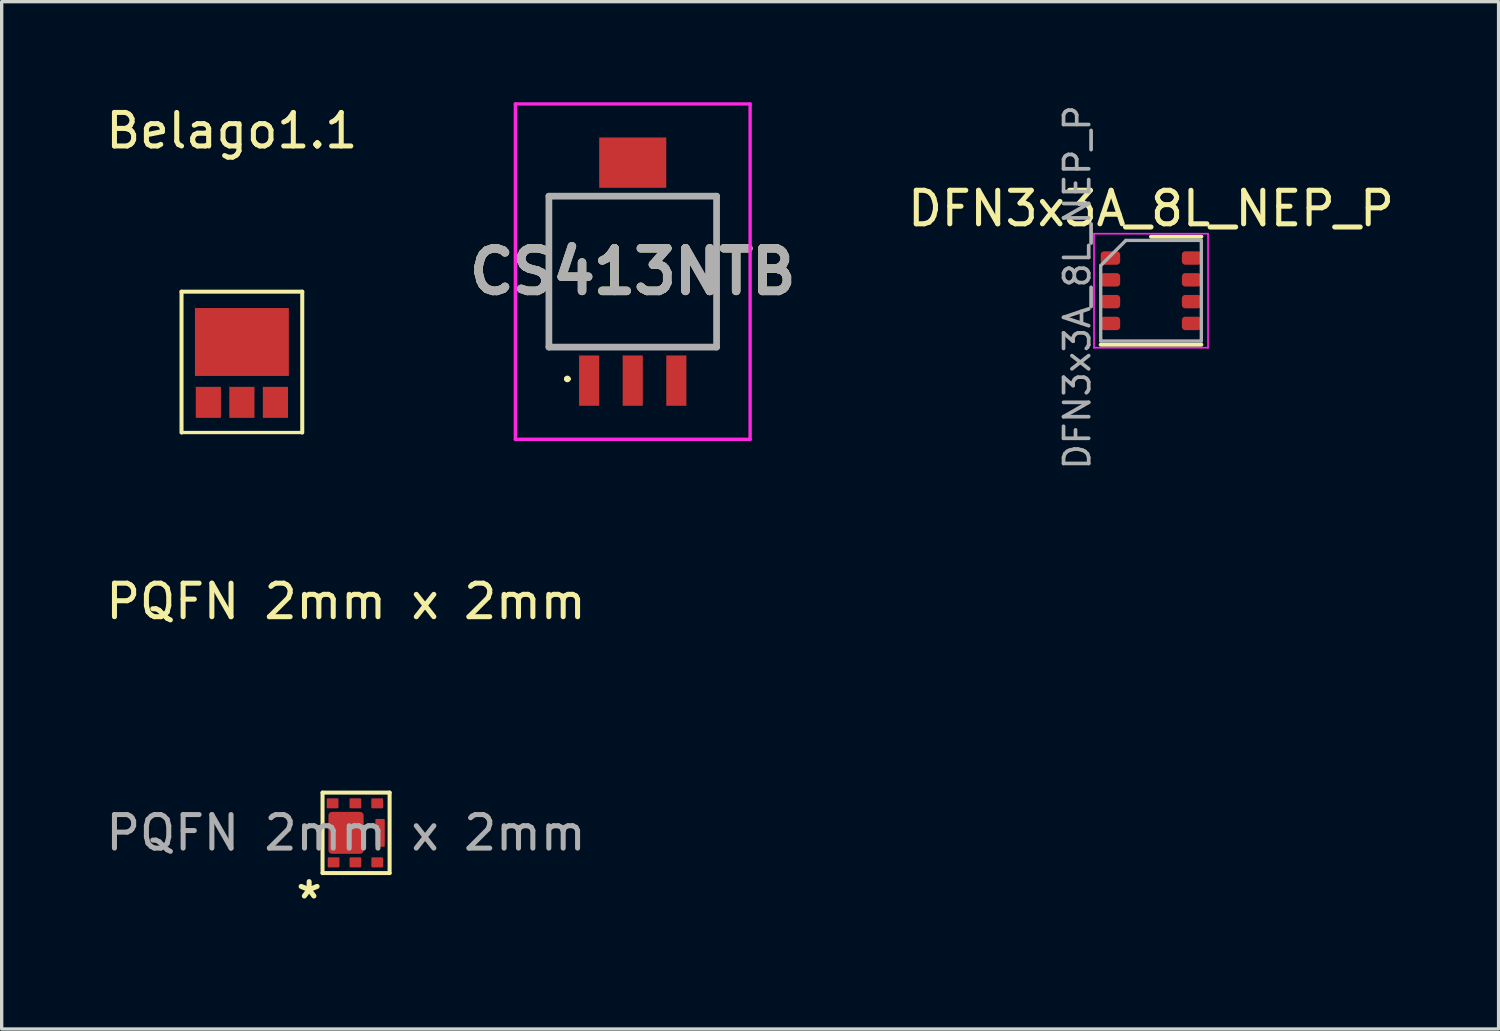
<source format=kicad_pcb>
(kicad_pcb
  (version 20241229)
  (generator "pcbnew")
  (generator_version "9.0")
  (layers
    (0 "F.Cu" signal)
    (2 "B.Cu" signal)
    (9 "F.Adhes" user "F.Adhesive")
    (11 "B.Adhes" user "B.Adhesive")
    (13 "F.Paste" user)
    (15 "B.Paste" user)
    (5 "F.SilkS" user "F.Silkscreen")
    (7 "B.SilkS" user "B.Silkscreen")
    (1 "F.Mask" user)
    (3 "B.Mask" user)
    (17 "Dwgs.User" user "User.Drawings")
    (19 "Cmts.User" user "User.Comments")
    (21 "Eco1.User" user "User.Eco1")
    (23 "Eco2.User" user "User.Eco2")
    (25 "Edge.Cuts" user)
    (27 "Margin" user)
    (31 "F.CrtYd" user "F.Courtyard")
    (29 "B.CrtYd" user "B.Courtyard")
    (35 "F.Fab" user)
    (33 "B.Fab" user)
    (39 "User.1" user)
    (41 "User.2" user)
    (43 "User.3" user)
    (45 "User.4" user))
  (footprint "DFN3x3A_8L_NEP_P"
    (layer "F.Cu")
    (at 31.273 5.619)
    (property "Reference" "DFN3x3A_8L_NEP_P" (at 0 -2.45 0) (layer "F.SilkS") (effects (font (size 1 1) (thickness 0.15))))
    (attr smd)
    (fp_line (start -1.5 1.61) (end 1.5 1.61) (stroke (width 0.12) (type solid)) (layer "F.SilkS"))
    (fp_line (start 0 -1.61) (end 1.5 -1.61) (stroke (width 0.12) (type solid)) (layer "F.SilkS"))
    (fp_line (start -1.7 -1.7) (end -1.7 1.7) (stroke (width 0.05) (type solid)) (layer "F.CrtYd"))
    (fp_line (start -1.7 1.7) (end 1.7 1.7) (stroke (width 0.05) (type solid)) (layer "F.CrtYd"))
    (fp_line (start 1.7 -1.7) (end -1.7 -1.7) (stroke (width 0.05) (type solid)) (layer "F.CrtYd"))
    (fp_line (start 1.7 1.7) (end 1.7 -1.7) (stroke (width 0.05) (type solid)) (layer "F.CrtYd"))
    (fp_line (start -1.5 -0.75) (end -0.75 -1.5) (stroke (width 0.1) (type solid)) (layer "F.Fab"))
    (fp_line (start -1.5 1.5) (end -1.5 -0.75) (stroke (width 0.1) (type solid)) (layer "F.Fab"))
    (fp_line (start -0.75 -1.5) (end 1.5 -1.5) (stroke (width 0.1) (type solid)) (layer "F.Fab"))
    (fp_line (start 1.5 -1.5) (end 1.5 1.5) (stroke (width 0.1) (type solid)) (layer "F.Fab"))
    (fp_line (start 1.5 1.5) (end -1.5 1.5) (stroke (width 0.1) (type solid)) (layer "F.Fab"))
    (fp_text user "${REFERENCE}" (at -2.2 -0.1 90) (layer "F.Fab") (effects (font (size 0.75 0.75) (thickness 0.11))))
    (pad "1" smd roundrect (at -1.21 -0.975) (size 0.58 0.4) (layers "F.Cu" "F.Mask" "F.Paste") (roundrect_rratio 0.25))
    (pad "2" smd roundrect (at -1.21 -0.325) (size 0.58 0.4) (layers "F.Cu" "F.Mask" "F.Paste") (roundrect_rratio 0.25))
    (pad "3" smd roundrect (at -1.21 0.325) (size 0.58 0.4) (layers "F.Cu" "F.Mask" "F.Paste") (roundrect_rratio 0.25))
    (pad "4" smd roundrect (at -1.21 0.975) (size 0.58 0.4) (layers "F.Cu" "F.Mask" "F.Paste") (roundrect_rratio 0.25))
    (pad "5" smd roundrect (at 1.21 0.975) (size 0.58 0.4) (layers "F.Cu" "F.Mask" "F.Paste") (roundrect_rratio 0.25))
    (pad "6" smd roundrect (at 1.21 0.325) (size 0.58 0.4) (layers "F.Cu" "F.Mask" "F.Paste") (roundrect_rratio 0.25))
    (pad "7" smd roundrect (at 1.21 -0.325) (size 0.58 0.4) (layers "F.Cu" "F.Mask" "F.Paste") (roundrect_rratio 0.25))
    (pad "8" smd roundrect (at 1.21 -0.975) (size 0.58 0.4) (layers "F.Cu" "F.Mask" "F.Paste") (roundrect_rratio 0.25)))
  (footprint "Belago1.1"
    (layer "F.Cu")
    (at 4.163 7.748)
    (property "Reference" "Belago1.1" (at -0.3 -6.9 0) (unlocked yes) (layer "F.SilkS") (effects (font (size 1 1) (thickness 0.15))))
    (fp_line (start -1.8 -2.1) (end 1.8 -2.1) (stroke (width 0.12) (type solid)) (layer "F.SilkS"))
    (fp_line (start -1.8 2.1) (end -1.8 -2.1) (stroke (width 0.12) (type solid)) (layer "F.SilkS"))
    (fp_line (start -1.8 2.1) (end 1.8 2.1) (stroke (width 0.1) (type solid)) (layer "F.SilkS"))
    (fp_line (start 1.8 2.1) (end 1.8 -2.1) (stroke (width 0.12) (type solid)) (layer "F.SilkS"))
    (pad "1" smd rect (at -1 1.2) (size 0.75 0.925) (layers "F.Cu" "F.Mask" "F.Paste"))
    (pad "2" smd rect (at 0 1.2) (size 0.75 0.925) (layers "F.Cu" "F.Mask" "F.Paste"))
    (pad "3" smd rect (at 1 1.2) (size 0.75 0.925) (layers "F.Cu" "F.Mask" "F.Paste"))
    (pad "4" smd rect (at 0 -0.6) (size 2.8 2.025) (layers "F.Cu" "F.Mask" "F.Paste")))
  (footprint "PQFN 2mm x 2mm"
    (layer "F.Cu")
    (at 7.268 21.785)
    (property "Reference" "PQFN 2mm x 2mm" (at 0 -6.9 0) (unlocked yes) (layer "F.SilkS") (effects (font (size 1 1) (thickness 0.15))))
    (attr smd)
    (fp_line (start -0.7 -1.2) (end 1.3 -1.2) (stroke (width 0.12) (type solid)) (layer "F.SilkS"))
    (fp_line (start -0.7 1.2) (end -0.7 -1.2) (stroke (width 0.12) (type solid)) (layer "F.SilkS"))
    (fp_line (start 1.3 -1.2) (end 1.3 1.2) (stroke (width 0.12) (type solid)) (layer "F.SilkS"))
    (fp_line (start 1.3 1.2) (end -0.7 1.2) (stroke (width 0.12) (type solid)) (layer "F.SilkS"))
    (fp_text user "*" (at -1.1 2 0) (unlocked yes) (layer "F.SilkS") (effects (font (size 1 1) (thickness 0.15))))
    (fp_text user "${REFERENCE}" (at 0 0 0) (unlocked yes) (layer "F.Fab") (effects (font (size 1 1) (thickness 0.15))))
    (pad "1" smd roundrect (at -0.37 0.88) (size 0.35 0.3) (layers "F.Cu" "F.Mask" "F.Paste") (roundrect_rratio 0.1))
    (pad "2" smd roundrect (at 0.28 0.88) (size 0.35 0.3) (layers "F.Cu" "F.Mask" "F.Paste") (roundrect_rratio 0.1))
    (pad "3" smd roundrect (at 0.93 0.88) (size 0.35 0.3) (layers "F.Cu" "F.Mask" "F.Paste") (roundrect_rratio 0.1))
    (pad "4" smd roundrect (at 0.93 -0.88) (size 0.35 0.3) (layers "F.Cu" "F.Mask" "F.Paste") (roundrect_rratio 0.1))
    (pad "5" smd roundrect (at 0.28 -0.88) (size 0.35 0.3) (layers "F.Cu" "F.Mask" "F.Paste") (roundrect_rratio 0.1))
    (pad "6" smd roundrect (at -0.4 -0.88) (size 0.35 0.3) (layers "F.Cu" "F.Mask" "F.Paste") (roundrect_rratio 0.1))
    (pad "7" smd roundrect (at 0 0) (size 1.05 1.25) (layers "F.Cu" "F.Mask" "F.Paste") (roundrect_rratio 0.1))
    (pad "8" smd roundrect (at 1.015 0) (size 0.28 0.83) (layers "F.Cu" "F.Mask" "F.Paste") (roundrect_rratio 0.1)))
  (footprint "CS413NTB"
    (layer "F.Cu")
    (at 15.818 5.05)
    (property "Reference" "CS413NTB" (at 0 0 0) (layer "F.SilkS") (effects (font (size 1.27 1.27) (thickness 0.254))))
    (attr smd)
    (fp_line (start -2.5 -2.25) (end 2.5 -2.25) (stroke (width 0.1) (type solid)) (layer "F.SilkS"))
    (fp_line (start -2.5 2.25) (end -2.5 -2.25) (stroke (width 0.1) (type solid)) (layer "F.SilkS"))
    (fp_line (start -2 3.2) (end -2 3.2) (stroke (width 0.1) (type solid)) (layer "F.SilkS"))
    (fp_line (start -1.9 3.2) (end -1.9 3.2) (stroke (width 0.1) (type solid)) (layer "F.SilkS"))
    (fp_line (start 2.5 -2.25) (end 2.5 2.25) (stroke (width 0.1) (type solid)) (layer "F.SilkS"))
    (fp_line (start 2.5 2.25) (end -2.5 2.25) (stroke (width 0.1) (type solid)) (layer "F.SilkS"))
    (fp_arc (start -2 3.2) (mid -1.95 3.15) (end -1.9 3.2) (stroke (width 0.1) (type solid)) (layer "F.SilkS"))
    (fp_arc (start -1.9 3.2) (mid -1.95 3.25) (end -2 3.2) (stroke (width 0.1) (type solid)) (layer "F.SilkS"))
    (fp_line (start -3.5 -5) (end 3.5 -5) (stroke (width 0.1) (type solid)) (layer "F.CrtYd"))
    (fp_line (start -3.5 5) (end -3.5 -5) (stroke (width 0.1) (type solid)) (layer "F.CrtYd"))
    (fp_line (start 3.5 -5) (end 3.5 5) (stroke (width 0.1) (type solid)) (layer "F.CrtYd"))
    (fp_line (start 3.5 5) (end -3.5 5) (stroke (width 0.1) (type solid)) (layer "F.CrtYd"))
    (fp_line (start -2.5 -2.25) (end 2.5 -2.25) (stroke (width 0.2) (type solid)) (layer "F.Fab"))
    (fp_line (start -2.5 2.25) (end -2.5 -2.25) (stroke (width 0.2) (type solid)) (layer "F.Fab"))
    (fp_line (start 2.5 -2.25) (end 2.5 2.25) (stroke (width 0.2) (type solid)) (layer "F.Fab"))
    (fp_line (start 2.5 2.25) (end -2.5 2.25) (stroke (width 0.2) (type solid)) (layer "F.Fab"))
    (fp_text user "${REFERENCE}" (at 0 0 0) (layer "F.Fab") (effects (font (size 1.27 1.27) (thickness 0.254))))
    (pad "1" smd rect (at -1.3 3.25) (size 0.6 1.5) (layers "F.Cu" "F.Mask" "F.Paste"))
    (pad "2" smd rect (at 0 3.25) (size 0.6 1.5) (layers "F.Cu" "F.Mask" "F.Paste"))
    (pad "3" smd rect (at 1.3 3.25) (size 0.6 1.5) (layers "F.Cu" "F.Mask" "F.Paste"))
    (pad "4" smd rect (at 0 -3.25 90) (size 1.5 2) (layers "F.Cu" "F.Mask" "F.Paste")))
  (gr_rect
    (start -3 -3)
    (end 41.637 27.634)
    (stroke (width 0.1) (type default))
    (fill no)
    (layer "Edge.Cuts")))
</source>
